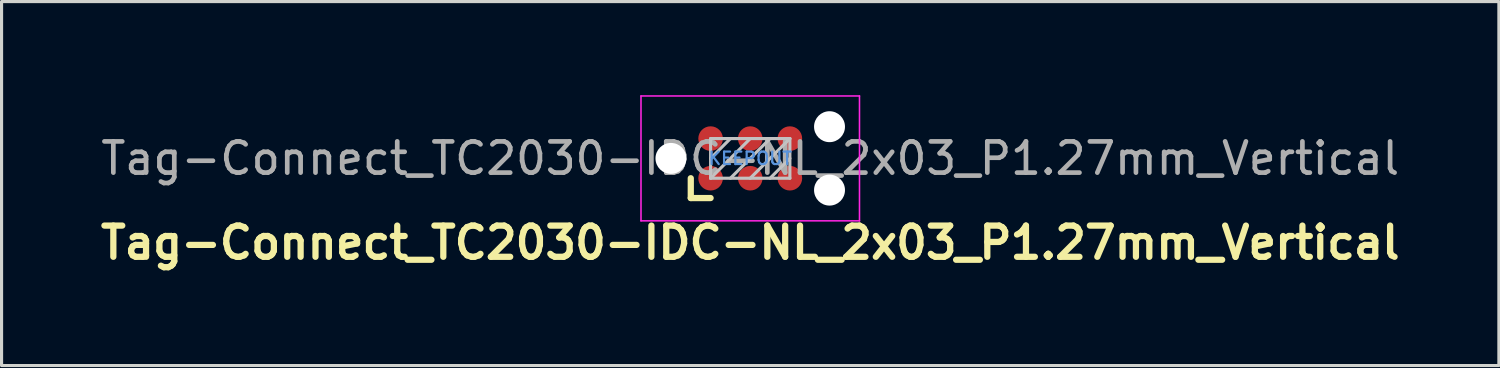
<source format=kicad_pcb>
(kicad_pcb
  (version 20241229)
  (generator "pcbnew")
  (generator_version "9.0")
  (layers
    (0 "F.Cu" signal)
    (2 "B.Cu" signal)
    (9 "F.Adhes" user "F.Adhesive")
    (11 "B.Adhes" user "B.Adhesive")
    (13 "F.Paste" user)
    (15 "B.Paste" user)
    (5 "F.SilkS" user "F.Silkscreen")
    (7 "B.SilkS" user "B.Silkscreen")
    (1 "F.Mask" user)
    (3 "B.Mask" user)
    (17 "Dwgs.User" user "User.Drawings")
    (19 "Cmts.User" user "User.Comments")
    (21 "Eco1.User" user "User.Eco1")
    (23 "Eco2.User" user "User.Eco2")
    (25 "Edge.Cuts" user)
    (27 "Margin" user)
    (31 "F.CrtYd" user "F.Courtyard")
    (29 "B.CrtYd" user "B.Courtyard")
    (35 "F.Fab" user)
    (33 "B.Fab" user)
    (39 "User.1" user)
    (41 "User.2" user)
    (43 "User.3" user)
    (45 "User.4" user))
  (footprint "Tag-Connect_TC2030-IDC-NL_2x03_P1.27mm_Vertical"
    (layer "F.Cu")
    (at 20.986 2.025)
    (property "Reference" "Tag-Connect_TC2030-IDC-NL_2x03_P1.27mm_Vertical" (at 0 2.7 0) (layer "F.SilkS") (effects (font (size 1 1) (thickness 0.2))))
    (attr exclude_from_pos_files exclude_from_bom)
    (fp_line (start -1.905 1.27) (end -1.905 0.635) (stroke (width 0.2) (type solid)) (layer "F.SilkS"))
    (fp_line (start -1.27 1.27) (end -1.905 1.27) (stroke (width 0.2) (type solid)) (layer "F.SilkS"))
    (fp_line (start -1.27 -0.635) (end 1.27 -0.635) (stroke (width 0.1) (type solid)) (layer "Dwgs.User"))
    (fp_line (start -1.27 0) (end -0.635 -0.635) (stroke (width 0.1) (type solid)) (layer "Dwgs.User"))
    (fp_line (start -1.27 0.635) (end -1.27 -0.635) (stroke (width 0.1) (type solid)) (layer "Dwgs.User"))
    (fp_line (start -1.27 0.635) (end 0 -0.635) (stroke (width 0.1) (type solid)) (layer "Dwgs.User"))
    (fp_line (start -0.635 0.635) (end 0.635 -0.635) (stroke (width 0.1) (type solid)) (layer "Dwgs.User"))
    (fp_line (start 0 0.635) (end 1.27 -0.635) (stroke (width 0.1) (type solid)) (layer "Dwgs.User"))
    (fp_line (start 0.635 0.635) (end 1.27 0) (stroke (width 0.1) (type solid)) (layer "Dwgs.User"))
    (fp_line (start 1.27 -0.635) (end 1.27 0.635) (stroke (width 0.1) (type solid)) (layer "Dwgs.User"))
    (fp_line (start 1.27 0.635) (end -1.27 0.635) (stroke (width 0.1) (type solid)) (layer "Dwgs.User"))
    (fp_line (start -3.5 -2) (end 3.5 -2) (stroke (width 0.05) (type solid)) (layer "F.CrtYd"))
    (fp_line (start -3.5 2) (end -3.5 -2) (stroke (width 0.05) (type solid)) (layer "F.CrtYd"))
    (fp_line (start 3.5 -2) (end 3.5 2) (stroke (width 0.05) (type solid)) (layer "F.CrtYd"))
    (fp_line (start 3.5 2) (end -3.5 2) (stroke (width 0.05) (type solid)) (layer "F.CrtYd"))
    (fp_text user "KEEPOUT" (at 0 0 0) (layer "Cmts.User") (effects (font (size 0.4 0.4) (thickness 0.07))))
    (fp_text user "${REFERENCE}" (at 0 0 0) (layer "F.Fab") (effects (font (size 1 1) (thickness 0.15))))
    (pad "" np_thru_hole circle (at -2.54 0) (size 0.991 0.991) (drill 0.991) (layers "*.Cu" "*.Mask"))
    (pad "" np_thru_hole circle (at 2.54 -1.016) (size 0.991 0.991) (drill 0.991) (layers "*.Cu" "*.Mask"))
    (pad "" np_thru_hole circle (at 2.54 1.016) (size 0.991 0.991) (drill 0.991) (layers "*.Cu" "*.Mask"))
    (pad "1" connect circle (at -1.27 0.635) (size 0.787 0.787) (layers "F.Cu" "F.Mask"))
    (pad "2" connect circle (at -1.27 -0.635) (size 0.787 0.787) (layers "F.Cu" "F.Mask"))
    (pad "3" connect circle (at 0 0.635) (size 0.787 0.787) (layers "F.Cu" "F.Mask"))
    (pad "4" connect circle (at 0 -0.635) (size 0.787 0.787) (layers "F.Cu" "F.Mask"))
    (pad "5" connect circle (at 1.27 0.635) (size 0.787 0.787) (layers "F.Cu" "F.Mask"))
    (pad "6" connect circle (at 1.27 -0.635) (size 0.787 0.787) (layers "F.Cu" "F.Mask")))
  (gr_rect
    (start -3 -3)
    (end 44.971 8.661)
    (stroke (width 0.1) (type default))
    (fill no)
    (layer "Edge.Cuts")))
</source>
